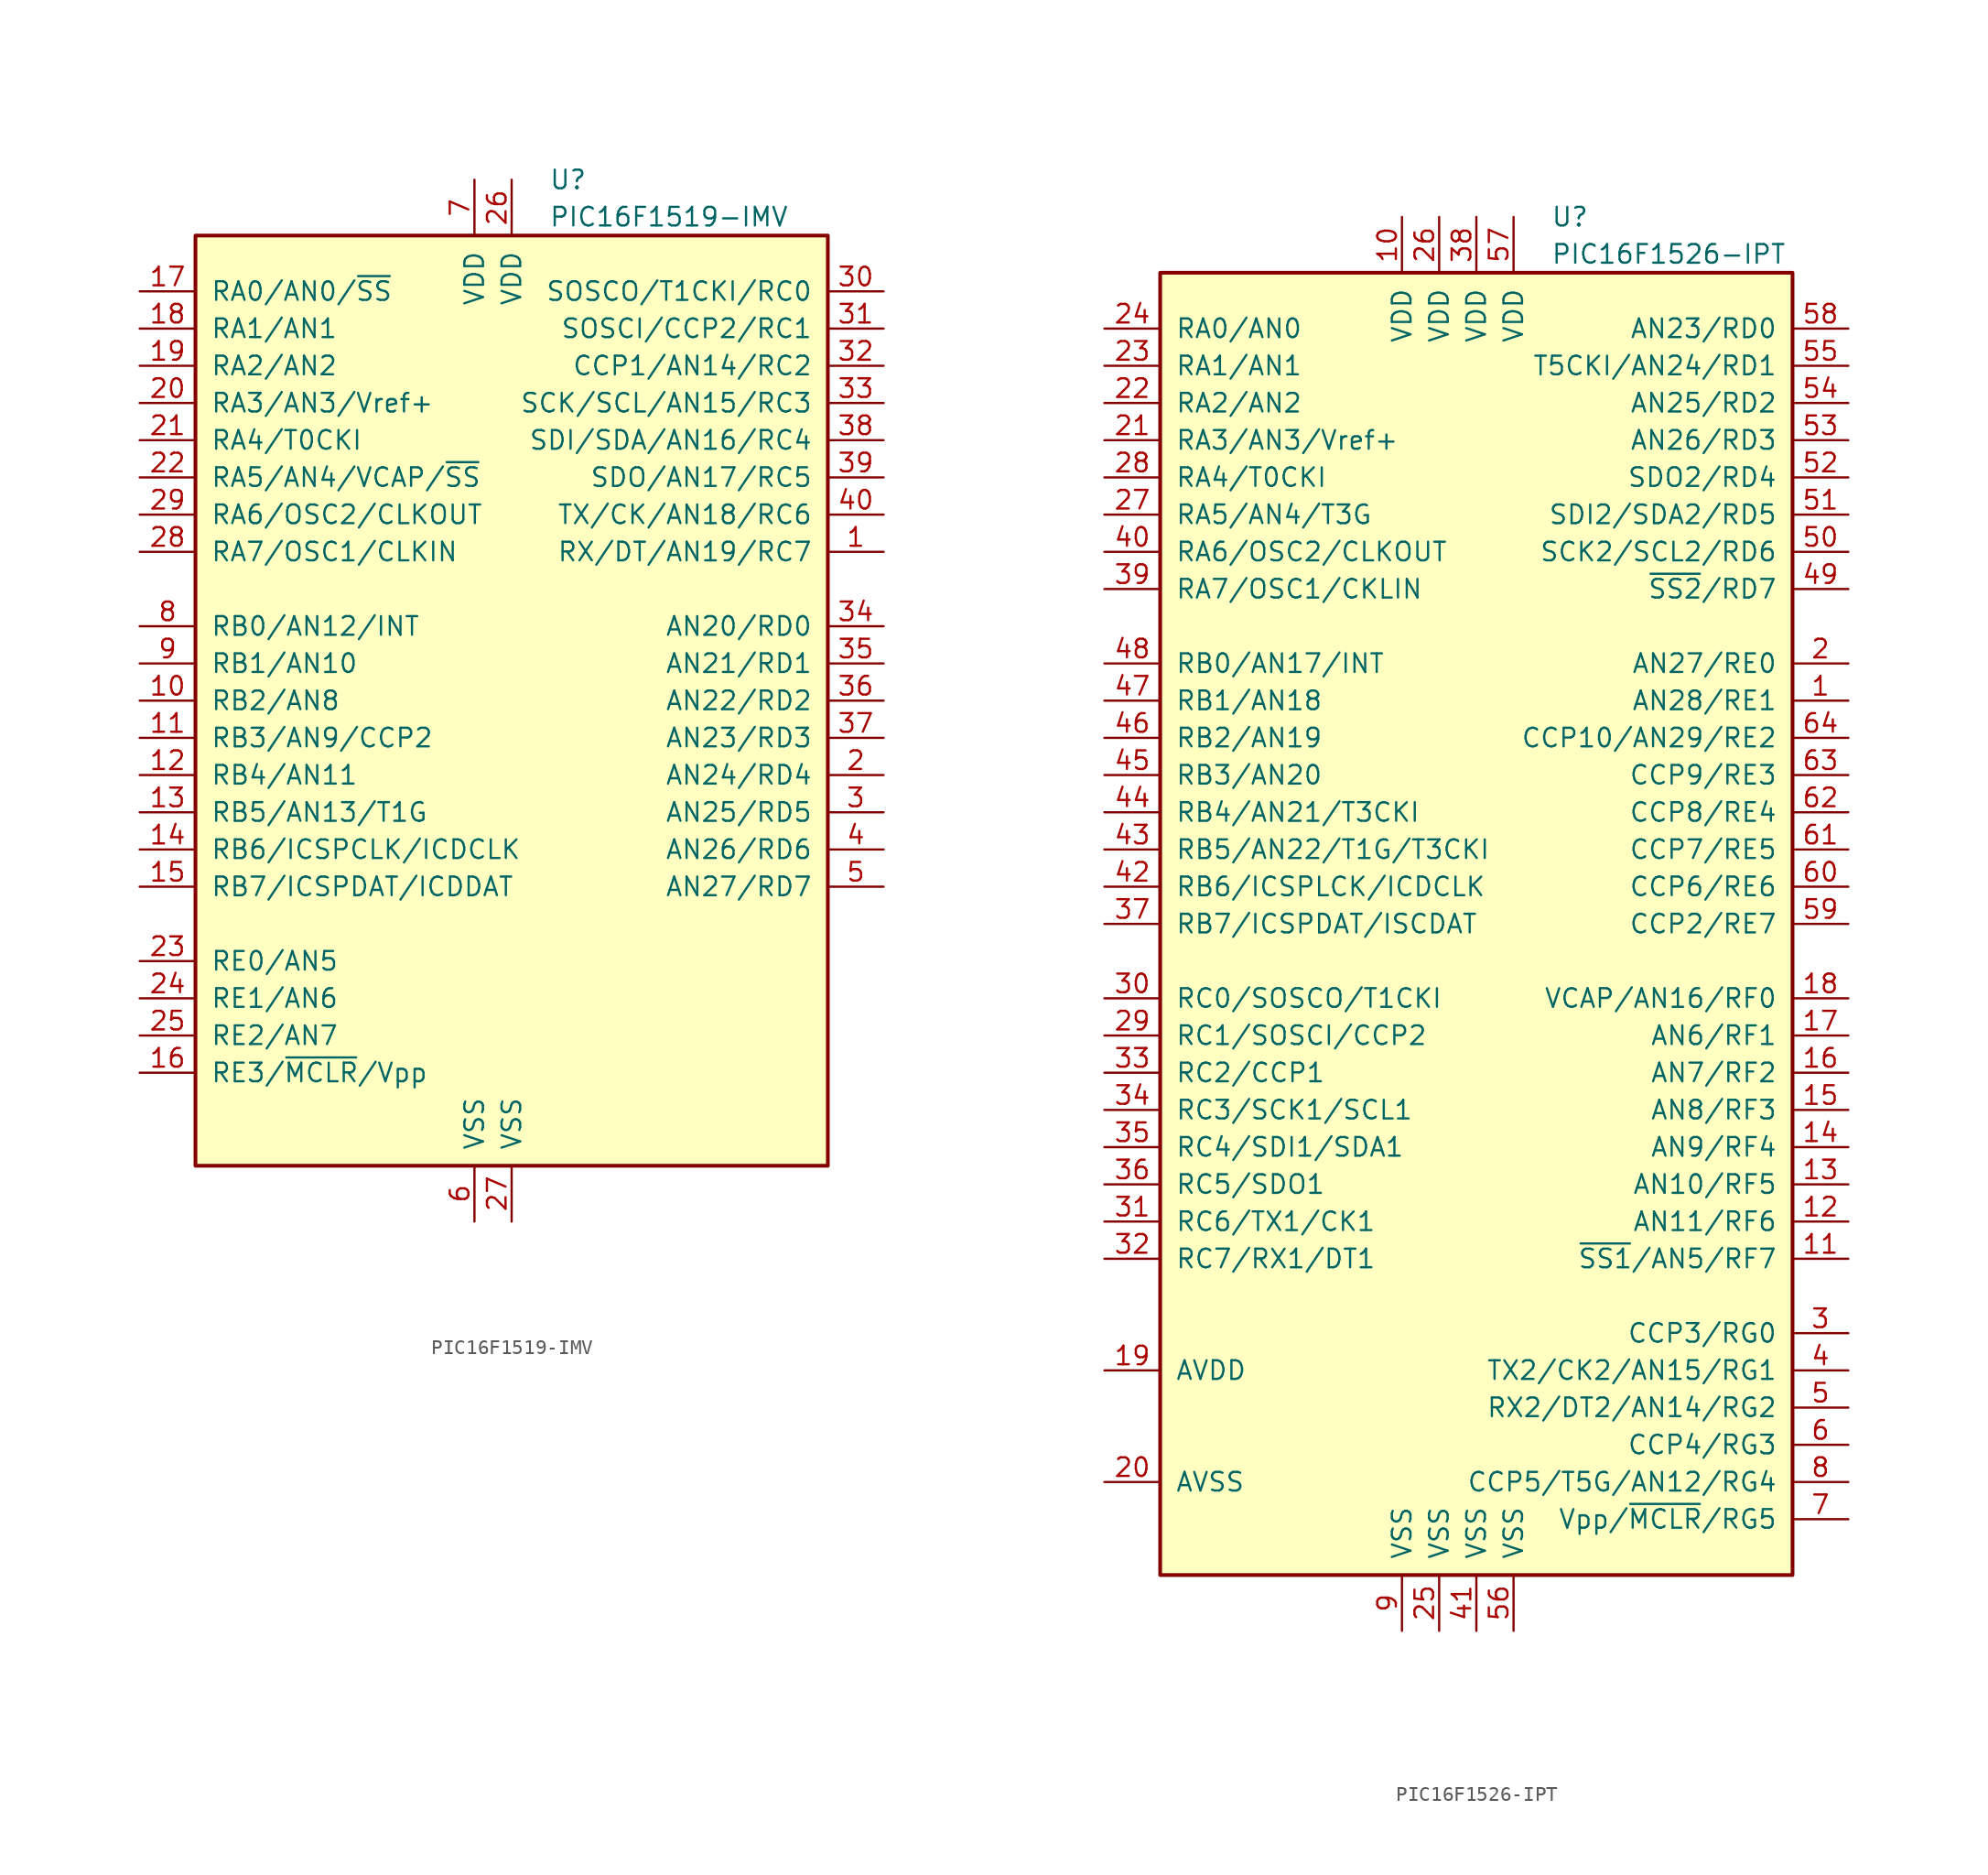
<source format=kicad_sym>
(kicad_symbol_lib
  (version 20211014)
  (generator kicad_symbol_editor)
  (symbol "PIC16F1519-IMV"
    (pin_names
      (offset 1.016))
    (property "Reference" "U"
      (at 2.54 35.56 0)
      (effects (font (size 1.27 1.27)) (justify left)))
    (property "Value" "PIC16F1519-IMV"
      (at 2.54 33.02 0)
      (effects (font (size 1.27 1.27)) (justify left)))
    (symbol "PIC16F1519-IMV_0_1"
      (rectangle (start -21.59 31.75) (end 21.59 -31.75) (stroke (width 0.254) (type default) (color 0 0 0 0)) (fill (type background))))
    (symbol "PIC16F1519-IMV_1_1"
      (pin bidirectional line (at 25.4 10.16 180) (length 3.81) (name "RX/DT/AN19/RC7" (effects (font (size 1.27 1.27)))) (number "1" (effects (font (size 1.27 1.27)))))
      (pin bidirectional line (at -25.4 0 0) (length 3.81) (name "RB2/AN8" (effects (font (size 1.27 1.27)))) (number "10" (effects (font (size 1.27 1.27)))))
      (pin bidirectional line (at -25.4 -2.54 0) (length 3.81) (name "RB3/AN9/CCP2" (effects (font (size 1.27 1.27)))) (number "11" (effects (font (size 1.27 1.27)))))
      (pin bidirectional line (at -25.4 -5.08 0) (length 3.81) (name "RB4/AN11" (effects (font (size 1.27 1.27)))) (number "12" (effects (font (size 1.27 1.27)))))
      (pin bidirectional line (at -25.4 -7.62 0) (length 3.81) (name "RB5/AN13/T1G" (effects (font (size 1.27 1.27)))) (number "13" (effects (font (size 1.27 1.27)))))
      (pin bidirectional line (at -25.4 -10.16 0) (length 3.81) (name "RB6/ICSPCLK/ICDCLK" (effects (font (size 1.27 1.27)))) (number "14" (effects (font (size 1.27 1.27)))))
      (pin bidirectional line (at -25.4 -12.7 0) (length 3.81) (name "RB7/ICSPDAT/ICDDAT" (effects (font (size 1.27 1.27)))) (number "15" (effects (font (size 1.27 1.27)))))
      (pin input line (at -25.4 -25.4 0) (length 3.81) (name "RE3/~{MCLR}/Vpp" (effects (font (size 1.27 1.27)))) (number "16" (effects (font (size 1.27 1.27)))))
      (pin bidirectional line (at -25.4 27.94 0) (length 3.81) (name "RA0/AN0/~{SS}" (effects (font (size 1.27 1.27)))) (number "17" (effects (font (size 1.27 1.27)))))
      (pin bidirectional line (at -25.4 25.4 0) (length 3.81) (name "RA1/AN1" (effects (font (size 1.27 1.27)))) (number "18" (effects (font (size 1.27 1.27)))))
      (pin bidirectional line (at -25.4 22.86 0) (length 3.81) (name "RA2/AN2" (effects (font (size 1.27 1.27)))) (number "19" (effects (font (size 1.27 1.27)))))
      (pin bidirectional line (at 25.4 -5.08 180) (length 3.81) (name "AN24/RD4" (effects (font (size 1.27 1.27)))) (number "2" (effects (font (size 1.27 1.27)))))
      (pin bidirectional line (at -25.4 20.32 0) (length 3.81) (name "RA3/AN3/Vref+" (effects (font (size 1.27 1.27)))) (number "20" (effects (font (size 1.27 1.27)))))
      (pin bidirectional line (at -25.4 17.78 0) (length 3.81) (name "RA4/T0CKI" (effects (font (size 1.27 1.27)))) (number "21" (effects (font (size 1.27 1.27)))))
      (pin bidirectional line (at -25.4 15.24 0) (length 3.81) (name "RA5/AN4/VCAP/~{SS}" (effects (font (size 1.27 1.27)))) (number "22" (effects (font (size 1.27 1.27)))))
      (pin bidirectional line (at -25.4 -17.78 0) (length 3.81) (name "RE0/AN5" (effects (font (size 1.27 1.27)))) (number "23" (effects (font (size 1.27 1.27)))))
      (pin bidirectional line (at -25.4 -20.32 0) (length 3.81) (name "RE1/AN6" (effects (font (size 1.27 1.27)))) (number "24" (effects (font (size 1.27 1.27)))))
      (pin bidirectional line (at -25.4 -22.86 0) (length 3.81) (name "RE2/AN7" (effects (font (size 1.27 1.27)))) (number "25" (effects (font (size 1.27 1.27)))))
      (pin power_in line (at 0 35.56 270) (length 3.81) (name "VDD" (effects (font (size 1.27 1.27)))) (number "26" (effects (font (size 1.27 1.27)))))
      (pin power_in line (at 0 -35.56 90) (length 3.81) (name "VSS" (effects (font (size 1.27 1.27)))) (number "27" (effects (font (size 1.27 1.27)))))
      (pin bidirectional line (at -25.4 10.16 0) (length 3.81) (name "RA7/OSC1/CLKIN" (effects (font (size 1.27 1.27)))) (number "28" (effects (font (size 1.27 1.27)))))
      (pin bidirectional line (at -25.4 12.7 0) (length 3.81) (name "RA6/OSC2/CLKOUT" (effects (font (size 1.27 1.27)))) (number "29" (effects (font (size 1.27 1.27)))))
      (pin bidirectional line (at 25.4 -7.62 180) (length 3.81) (name "AN25/RD5" (effects (font (size 1.27 1.27)))) (number "3" (effects (font (size 1.27 1.27)))))
      (pin bidirectional line (at 25.4 27.94 180) (length 3.81) (name "SOSCO/T1CKI/RC0" (effects (font (size 1.27 1.27)))) (number "30" (effects (font (size 1.27 1.27)))))
      (pin bidirectional line (at 25.4 25.4 180) (length 3.81) (name "SOSCI/CCP2/RC1" (effects (font (size 1.27 1.27)))) (number "31" (effects (font (size 1.27 1.27)))))
      (pin bidirectional line (at 25.4 22.86 180) (length 3.81) (name "CCP1/AN14/RC2" (effects (font (size 1.27 1.27)))) (number "32" (effects (font (size 1.27 1.27)))))
      (pin bidirectional line (at 25.4 20.32 180) (length 3.81) (name "SCK/SCL/AN15/RC3" (effects (font (size 1.27 1.27)))) (number "33" (effects (font (size 1.27 1.27)))))
      (pin bidirectional line (at 25.4 5.08 180) (length 3.81) (name "AN20/RD0" (effects (font (size 1.27 1.27)))) (number "34" (effects (font (size 1.27 1.27)))))
      (pin bidirectional line (at 25.4 2.54 180) (length 3.81) (name "AN21/RD1" (effects (font (size 1.27 1.27)))) (number "35" (effects (font (size 1.27 1.27)))))
      (pin bidirectional line (at 25.4 0 180) (length 3.81) (name "AN22/RD2" (effects (font (size 1.27 1.27)))) (number "36" (effects (font (size 1.27 1.27)))))
      (pin bidirectional line (at 25.4 -2.54 180) (length 3.81) (name "AN23/RD3" (effects (font (size 1.27 1.27)))) (number "37" (effects (font (size 1.27 1.27)))))
      (pin bidirectional line (at 25.4 17.78 180) (length 3.81) (name "SDI/SDA/AN16/RC4" (effects (font (size 1.27 1.27)))) (number "38" (effects (font (size 1.27 1.27)))))
      (pin bidirectional line (at 25.4 15.24 180) (length 3.81) (name "SDO/AN17/RC5" (effects (font (size 1.27 1.27)))) (number "39" (effects (font (size 1.27 1.27)))))
      (pin bidirectional line (at 25.4 -10.16 180) (length 3.81) (name "AN26/RD6" (effects (font (size 1.27 1.27)))) (number "4" (effects (font (size 1.27 1.27)))))
      (pin bidirectional line (at 25.4 12.7 180) (length 3.81) (name "TX/CK/AN18/RC6" (effects (font (size 1.27 1.27)))) (number "40" (effects (font (size 1.27 1.27)))))
      (pin bidirectional line (at 25.4 -12.7 180) (length 3.81) (name "AN27/RD7" (effects (font (size 1.27 1.27)))) (number "5" (effects (font (size 1.27 1.27)))))
      (pin power_in line (at -2.54 -35.56 90) (length 3.81) (name "VSS" (effects (font (size 1.27 1.27)))) (number "6" (effects (font (size 1.27 1.27)))))
      (pin power_in line (at -2.54 35.56 270) (length 3.81) (name "VDD" (effects (font (size 1.27 1.27)))) (number "7" (effects (font (size 1.27 1.27)))))
      (pin bidirectional line (at -25.4 5.08 0) (length 3.81) (name "RB0/AN12/INT" (effects (font (size 1.27 1.27)))) (number "8" (effects (font (size 1.27 1.27)))))
      (pin bidirectional line (at -25.4 2.54 0) (length 3.81) (name "RB1/AN10" (effects (font (size 1.27 1.27)))) (number "9" (effects (font (size 1.27 1.27)))))))
  (symbol "PIC16F1526-IPT"
    (pin_names
      (offset 1.016))
    (property "Reference" "U"
      (at 5.08 48.26 0)
      (effects (font (size 1.27 1.27)) (justify left)))
    (property "Value" "PIC16F1526-IPT"
      (at 5.08 45.72 0)
      (effects (font (size 1.27 1.27)) (justify left)))
    (symbol "PIC16F1526-IPT_0_1"
      (rectangle (start -21.59 44.45) (end 21.59 -44.45) (stroke (width 0.254) (type default) (color 0 0 0 0)) (fill (type background))))
    (symbol "PIC16F1526-IPT_1_1"
      (pin bidirectional line (at 25.4 15.24 180) (length 3.81) (name "AN28/RE1" (effects (font (size 1.27 1.27)))) (number "1" (effects (font (size 1.27 1.27)))))
      (pin power_in line (at -5.08 48.26 270) (length 3.81) (name "VDD" (effects (font (size 1.27 1.27)))) (number "10" (effects (font (size 1.27 1.27)))))
      (pin bidirectional line (at 25.4 -22.86 180) (length 3.81) (name "~{SS1}/AN5/RF7" (effects (font (size 1.27 1.27)))) (number "11" (effects (font (size 1.27 1.27)))))
      (pin bidirectional line (at 25.4 -20.32 180) (length 3.81) (name "AN11/RF6" (effects (font (size 1.27 1.27)))) (number "12" (effects (font (size 1.27 1.27)))))
      (pin bidirectional line (at 25.4 -17.78 180) (length 3.81) (name "AN10/RF5" (effects (font (size 1.27 1.27)))) (number "13" (effects (font (size 1.27 1.27)))))
      (pin bidirectional line (at 25.4 -15.24 180) (length 3.81) (name "AN9/RF4" (effects (font (size 1.27 1.27)))) (number "14" (effects (font (size 1.27 1.27)))))
      (pin bidirectional line (at 25.4 -12.7 180) (length 3.81) (name "AN8/RF3" (effects (font (size 1.27 1.27)))) (number "15" (effects (font (size 1.27 1.27)))))
      (pin bidirectional line (at 25.4 -10.16 180) (length 3.81) (name "AN7/RF2" (effects (font (size 1.27 1.27)))) (number "16" (effects (font (size 1.27 1.27)))))
      (pin bidirectional line (at 25.4 -7.62 180) (length 3.81) (name "AN6/RF1" (effects (font (size 1.27 1.27)))) (number "17" (effects (font (size 1.27 1.27)))))
      (pin bidirectional line (at 25.4 -5.08 180) (length 3.81) (name "VCAP/AN16/RF0" (effects (font (size 1.27 1.27)))) (number "18" (effects (font (size 1.27 1.27)))))
      (pin power_in line (at -25.4 -30.48 0) (length 3.81) (name "AVDD" (effects (font (size 1.27 1.27)))) (number "19" (effects (font (size 1.27 1.27)))))
      (pin bidirectional line (at 25.4 17.78 180) (length 3.81) (name "AN27/RE0" (effects (font (size 1.27 1.27)))) (number "2" (effects (font (size 1.27 1.27)))))
      (pin power_in line (at -25.4 -38.1 0) (length 3.81) (name "AVSS" (effects (font (size 1.27 1.27)))) (number "20" (effects (font (size 1.27 1.27)))))
      (pin bidirectional line (at -25.4 33.02 0) (length 3.81) (name "RA3/AN3/Vref+" (effects (font (size 1.27 1.27)))) (number "21" (effects (font (size 1.27 1.27)))))
      (pin bidirectional line (at -25.4 35.56 0) (length 3.81) (name "RA2/AN2" (effects (font (size 1.27 1.27)))) (number "22" (effects (font (size 1.27 1.27)))))
      (pin bidirectional line (at -25.4 38.1 0) (length 3.81) (name "RA1/AN1" (effects (font (size 1.27 1.27)))) (number "23" (effects (font (size 1.27 1.27)))))
      (pin bidirectional line (at -25.4 40.64 0) (length 3.81) (name "RA0/AN0" (effects (font (size 1.27 1.27)))) (number "24" (effects (font (size 1.27 1.27)))))
      (pin power_in line (at -2.54 -48.26 90) (length 3.81) (name "VSS" (effects (font (size 1.27 1.27)))) (number "25" (effects (font (size 1.27 1.27)))))
      (pin power_in line (at -2.54 48.26 270) (length 3.81) (name "VDD" (effects (font (size 1.27 1.27)))) (number "26" (effects (font (size 1.27 1.27)))))
      (pin bidirectional line (at -25.4 27.94 0) (length 3.81) (name "RA5/AN4/T3G" (effects (font (size 1.27 1.27)))) (number "27" (effects (font (size 1.27 1.27)))))
      (pin bidirectional line (at -25.4 30.48 0) (length 3.81) (name "RA4/T0CKI" (effects (font (size 1.27 1.27)))) (number "28" (effects (font (size 1.27 1.27)))))
      (pin bidirectional line (at -25.4 -7.62 0) (length 3.81) (name "RC1/SOSCI/CCP2" (effects (font (size 1.27 1.27)))) (number "29" (effects (font (size 1.27 1.27)))))
      (pin bidirectional line (at 25.4 -27.94 180) (length 3.81) (name "CCP3/RG0" (effects (font (size 1.27 1.27)))) (number "3" (effects (font (size 1.27 1.27)))))
      (pin bidirectional line (at -25.4 -5.08 0) (length 3.81) (name "RC0/SOSCO/T1CKI" (effects (font (size 1.27 1.27)))) (number "30" (effects (font (size 1.27 1.27)))))
      (pin bidirectional line (at -25.4 -20.32 0) (length 3.81) (name "RC6/TX1/CK1" (effects (font (size 1.27 1.27)))) (number "31" (effects (font (size 1.27 1.27)))))
      (pin bidirectional line (at -25.4 -22.86 0) (length 3.81) (name "RC7/RX1/DT1" (effects (font (size 1.27 1.27)))) (number "32" (effects (font (size 1.27 1.27)))))
      (pin bidirectional line (at -25.4 -10.16 0) (length 3.81) (name "RC2/CCP1" (effects (font (size 1.27 1.27)))) (number "33" (effects (font (size 1.27 1.27)))))
      (pin bidirectional line (at -25.4 -12.7 0) (length 3.81) (name "RC3/SCK1/SCL1" (effects (font (size 1.27 1.27)))) (number "34" (effects (font (size 1.27 1.27)))))
      (pin bidirectional line (at -25.4 -15.24 0) (length 3.81) (name "RC4/SDI1/SDA1" (effects (font (size 1.27 1.27)))) (number "35" (effects (font (size 1.27 1.27)))))
      (pin bidirectional line (at -25.4 -17.78 0) (length 3.81) (name "RC5/SDO1" (effects (font (size 1.27 1.27)))) (number "36" (effects (font (size 1.27 1.27)))))
      (pin bidirectional line (at -25.4 0 0) (length 3.81) (name "RB7/ICSPDAT/ISCDAT" (effects (font (size 1.27 1.27)))) (number "37" (effects (font (size 1.27 1.27)))))
      (pin power_in line (at 0 48.26 270) (length 3.81) (name "VDD" (effects (font (size 1.27 1.27)))) (number "38" (effects (font (size 1.27 1.27)))))
      (pin bidirectional line (at -25.4 22.86 0) (length 3.81) (name "RA7/OSC1/CKLIN" (effects (font (size 1.27 1.27)))) (number "39" (effects (font (size 1.27 1.27)))))
      (pin bidirectional line (at 25.4 -30.48 180) (length 3.81) (name "TX2/CK2/AN15/RG1" (effects (font (size 1.27 1.27)))) (number "4" (effects (font (size 1.27 1.27)))))
      (pin bidirectional line (at -25.4 25.4 0) (length 3.81) (name "RA6/OSC2/CLKOUT" (effects (font (size 1.27 1.27)))) (number "40" (effects (font (size 1.27 1.27)))))
      (pin power_in line (at 0 -48.26 90) (length 3.81) (name "VSS" (effects (font (size 1.27 1.27)))) (number "41" (effects (font (size 1.27 1.27)))))
      (pin bidirectional line (at -25.4 2.54 0) (length 3.81) (name "RB6/ICSPLCK/ICDCLK" (effects (font (size 1.27 1.27)))) (number "42" (effects (font (size 1.27 1.27)))))
      (pin bidirectional line (at -25.4 5.08 0) (length 3.81) (name "RB5/AN22/T1G/T3CKI" (effects (font (size 1.27 1.27)))) (number "43" (effects (font (size 1.27 1.27)))))
      (pin bidirectional line (at -25.4 7.62 0) (length 3.81) (name "RB4/AN21/T3CKI" (effects (font (size 1.27 1.27)))) (number "44" (effects (font (size 1.27 1.27)))))
      (pin bidirectional line (at -25.4 10.16 0) (length 3.81) (name "RB3/AN20" (effects (font (size 1.27 1.27)))) (number "45" (effects (font (size 1.27 1.27)))))
      (pin bidirectional line (at -25.4 12.7 0) (length 3.81) (name "RB2/AN19" (effects (font (size 1.27 1.27)))) (number "46" (effects (font (size 1.27 1.27)))))
      (pin bidirectional line (at -25.4 15.24 0) (length 3.81) (name "RB1/AN18" (effects (font (size 1.27 1.27)))) (number "47" (effects (font (size 1.27 1.27)))))
      (pin bidirectional line (at -25.4 17.78 0) (length 3.81) (name "RB0/AN17/INT" (effects (font (size 1.27 1.27)))) (number "48" (effects (font (size 1.27 1.27)))))
      (pin bidirectional line (at 25.4 22.86 180) (length 3.81) (name "~{SS2}/RD7" (effects (font (size 1.27 1.27)))) (number "49" (effects (font (size 1.27 1.27)))))
      (pin bidirectional line (at 25.4 -33.02 180) (length 3.81) (name "RX2/DT2/AN14/RG2" (effects (font (size 1.27 1.27)))) (number "5" (effects (font (size 1.27 1.27)))))
      (pin bidirectional line (at 25.4 25.4 180) (length 3.81) (name "SCK2/SCL2/RD6" (effects (font (size 1.27 1.27)))) (number "50" (effects (font (size 1.27 1.27)))))
      (pin bidirectional line (at 25.4 27.94 180) (length 3.81) (name "SDI2/SDA2/RD5" (effects (font (size 1.27 1.27)))) (number "51" (effects (font (size 1.27 1.27)))))
      (pin bidirectional line (at 25.4 30.48 180) (length 3.81) (name "SDO2/RD4" (effects (font (size 1.27 1.27)))) (number "52" (effects (font (size 1.27 1.27)))))
      (pin bidirectional line (at 25.4 33.02 180) (length 3.81) (name "AN26/RD3" (effects (font (size 1.27 1.27)))) (number "53" (effects (font (size 1.27 1.27)))))
      (pin bidirectional line (at 25.4 35.56 180) (length 3.81) (name "AN25/RD2" (effects (font (size 1.27 1.27)))) (number "54" (effects (font (size 1.27 1.27)))))
      (pin bidirectional line (at 25.4 38.1 180) (length 3.81) (name "T5CKI/AN24/RD1" (effects (font (size 1.27 1.27)))) (number "55" (effects (font (size 1.27 1.27)))))
      (pin power_in line (at 2.54 -48.26 90) (length 3.81) (name "VSS" (effects (font (size 1.27 1.27)))) (number "56" (effects (font (size 1.27 1.27)))))
      (pin power_in line (at 2.54 48.26 270) (length 3.81) (name "VDD" (effects (font (size 1.27 1.27)))) (number "57" (effects (font (size 1.27 1.27)))))
      (pin bidirectional line (at 25.4 40.64 180) (length 3.81) (name "AN23/RD0" (effects (font (size 1.27 1.27)))) (number "58" (effects (font (size 1.27 1.27)))))
      (pin bidirectional line (at 25.4 0 180) (length 3.81) (name "CCP2/RE7" (effects (font (size 1.27 1.27)))) (number "59" (effects (font (size 1.27 1.27)))))
      (pin bidirectional line (at 25.4 -35.56 180) (length 3.81) (name "CCP4/RG3" (effects (font (size 1.27 1.27)))) (number "6" (effects (font (size 1.27 1.27)))))
      (pin bidirectional line (at 25.4 2.54 180) (length 3.81) (name "CCP6/RE6" (effects (font (size 1.27 1.27)))) (number "60" (effects (font (size 1.27 1.27)))))
      (pin bidirectional line (at 25.4 5.08 180) (length 3.81) (name "CCP7/RE5" (effects (font (size 1.27 1.27)))) (number "61" (effects (font (size 1.27 1.27)))))
      (pin bidirectional line (at 25.4 7.62 180) (length 3.81) (name "CCP8/RE4" (effects (font (size 1.27 1.27)))) (number "62" (effects (font (size 1.27 1.27)))))
      (pin bidirectional line (at 25.4 10.16 180) (length 3.81) (name "CCP9/RE3" (effects (font (size 1.27 1.27)))) (number "63" (effects (font (size 1.27 1.27)))))
      (pin bidirectional line (at 25.4 12.7 180) (length 3.81) (name "CCP10/AN29/RE2" (effects (font (size 1.27 1.27)))) (number "64" (effects (font (size 1.27 1.27)))))
      (pin input line (at 25.4 -40.64 180) (length 3.81) (name "Vpp/~{MCLR}/RG5" (effects (font (size 1.27 1.27)))) (number "7" (effects (font (size 1.27 1.27)))))
      (pin bidirectional line (at 25.4 -38.1 180) (length 3.81) (name "CCP5/T5G/AN12/RG4" (effects (font (size 1.27 1.27)))) (number "8" (effects (font (size 1.27 1.27)))))
      (pin power_in line (at -5.08 -48.26 90) (length 3.81) (name "VSS" (effects (font (size 1.27 1.27)))) (number "9" (effects (font (size 1.27 1.27))))))))
</source>
